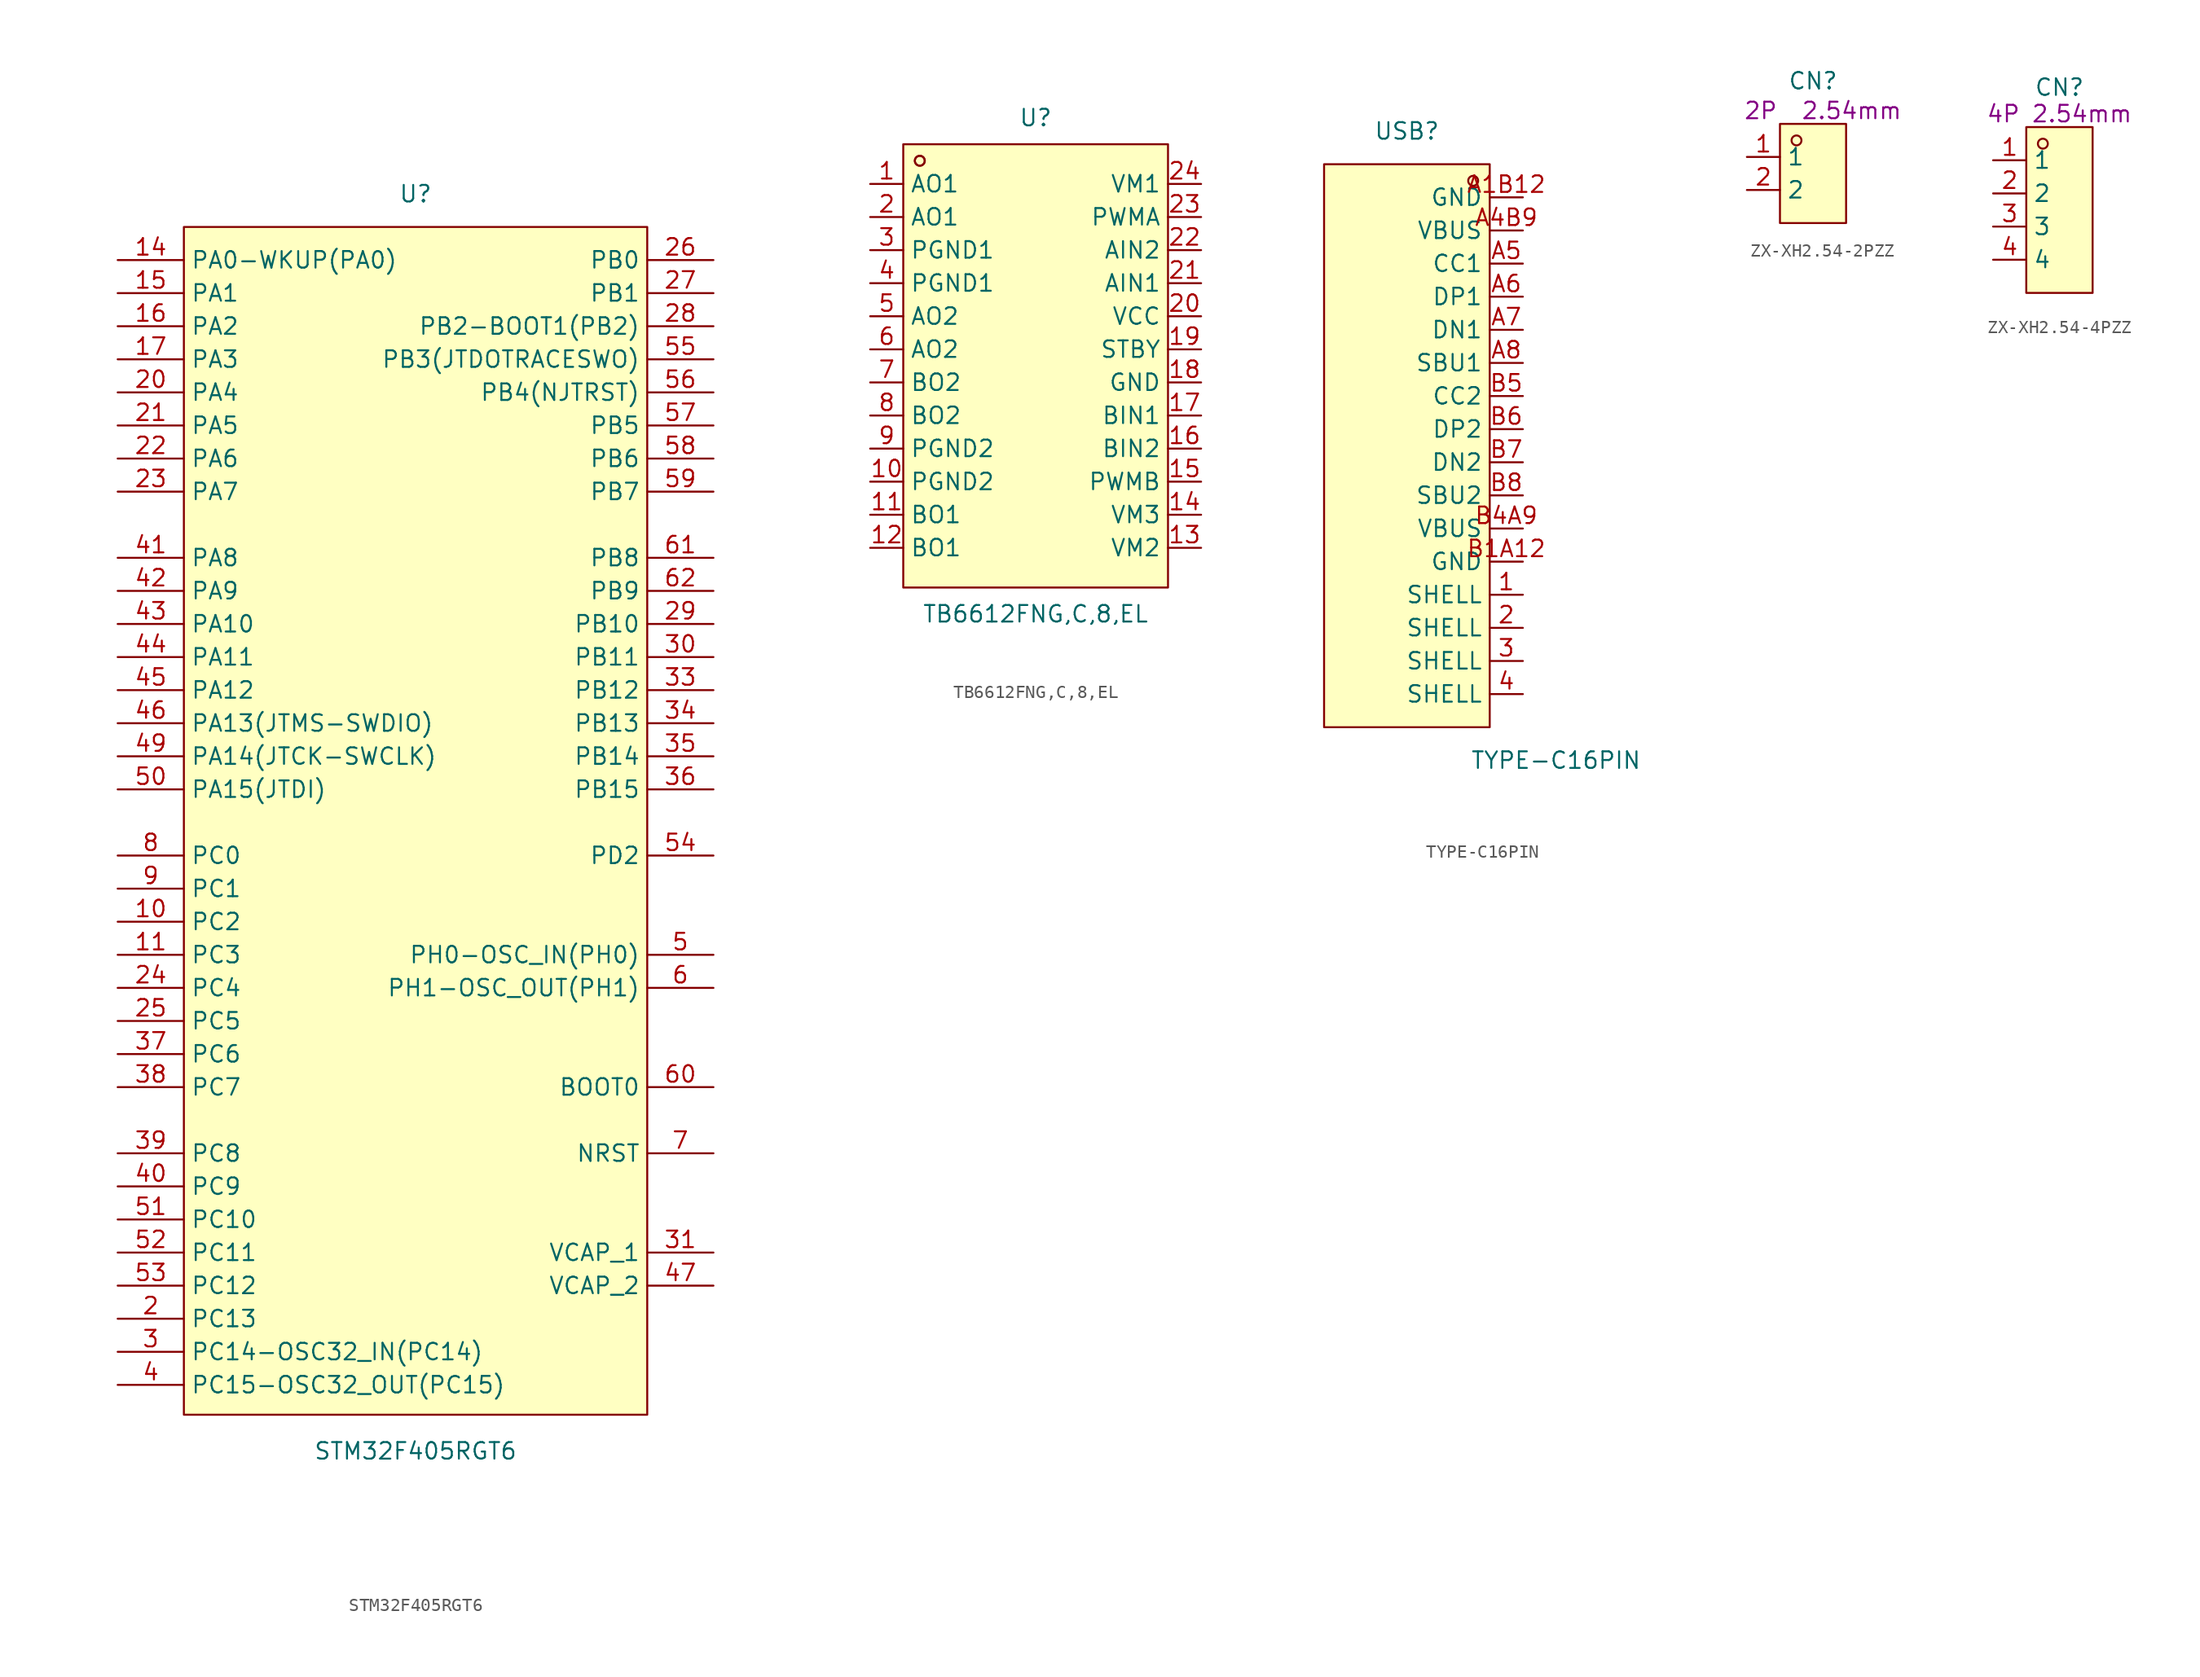
<source format=kicad_sym>
(kicad_symbol_lib
  (version 20241209)
  (generator "kicad_symbol_editor")
  (generator_version "9.0")
  (symbol "STM32F405RGT6"
    (property "Reference" "U"
      (at 0 48.26 0)
      (effects (font (size 1.27 1.27))))
    (property "Value" "STM32F405RGT6"
      (at 0 -48.26 0)
      (effects (font (size 1.27 1.27))))
    (symbol "STM32F405RGT6_0_1"
      (rectangle (start -17.78 45.72) (end 17.78 -45.47) (stroke (width 0) (type default)) (fill (type background)))
      (pin bidirectional line (at -22.86 43.18 0) (length 5.08) (name "PA0-WKUP(PA0)" (effects (font (size 1.27 1.27)))) (number "14" (effects (font (size 1.27 1.27)))))
      (pin bidirectional line (at -22.86 40.64 0) (length 5.08) (name "PA1" (effects (font (size 1.27 1.27)))) (number "15" (effects (font (size 1.27 1.27)))))
      (pin bidirectional line (at -22.86 38.1 0) (length 5.08) (name "PA2" (effects (font (size 1.27 1.27)))) (number "16" (effects (font (size 1.27 1.27)))))
      (pin bidirectional line (at -22.86 35.56 0) (length 5.08) (name "PA3" (effects (font (size 1.27 1.27)))) (number "17" (effects (font (size 1.27 1.27)))))
      (pin bidirectional line (at -22.86 33.02 0) (length 5.08) (name "PA4" (effects (font (size 1.27 1.27)))) (number "20" (effects (font (size 1.27 1.27)))))
      (pin bidirectional line (at -22.86 30.48 0) (length 5.08) (name "PA5" (effects (font (size 1.27 1.27)))) (number "21" (effects (font (size 1.27 1.27)))))
      (pin bidirectional line (at -22.86 27.94 0) (length 5.08) (name "PA6" (effects (font (size 1.27 1.27)))) (number "22" (effects (font (size 1.27 1.27)))))
      (pin bidirectional line (at -22.86 25.4 0) (length 5.08) (name "PA7" (effects (font (size 1.27 1.27)))) (number "23" (effects (font (size 1.27 1.27)))))
      (pin bidirectional line (at -22.86 20.32 0) (length 5.08) (name "PA8" (effects (font (size 1.27 1.27)))) (number "41" (effects (font (size 1.27 1.27)))))
      (pin bidirectional line (at -22.86 17.78 0) (length 5.08) (name "PA9" (effects (font (size 1.27 1.27)))) (number "42" (effects (font (size 1.27 1.27)))))
      (pin bidirectional line (at -22.86 15.24 0) (length 5.08) (name "PA10" (effects (font (size 1.27 1.27)))) (number "43" (effects (font (size 1.27 1.27)))))
      (pin bidirectional line (at -22.86 12.7 0) (length 5.08) (name "PA11" (effects (font (size 1.27 1.27)))) (number "44" (effects (font (size 1.27 1.27)))))
      (pin bidirectional line (at -22.86 10.16 0) (length 5.08) (name "PA12" (effects (font (size 1.27 1.27)))) (number "45" (effects (font (size 1.27 1.27)))))
      (pin bidirectional line (at -22.86 7.62 0) (length 5.08) (name "PA13(JTMS-SWDIO)" (effects (font (size 1.27 1.27)))) (number "46" (effects (font (size 1.27 1.27)))))
      (pin bidirectional line (at -22.86 5.08 0) (length 5.08) (name "PA14(JTCK-SWCLK)" (effects (font (size 1.27 1.27)))) (number "49" (effects (font (size 1.27 1.27)))))
      (pin bidirectional line (at -22.86 2.54 0) (length 5.08) (name "PA15(JTDI)" (effects (font (size 1.27 1.27)))) (number "50" (effects (font (size 1.27 1.27)))))
      (pin bidirectional line (at -22.86 -2.54 0) (length 5.08) (name "PC0" (effects (font (size 1.27 1.27)))) (number "8" (effects (font (size 1.27 1.27)))))
      (pin bidirectional line (at -22.86 -5.08 0) (length 5.08) (name "PC1" (effects (font (size 1.27 1.27)))) (number "9" (effects (font (size 1.27 1.27)))))
      (pin bidirectional line (at -22.86 -7.62 0) (length 5.08) (name "PC2" (effects (font (size 1.27 1.27)))) (number "10" (effects (font (size 1.27 1.27)))))
      (pin bidirectional line (at -22.86 -10.16 0) (length 5.08) (name "PC3" (effects (font (size 1.27 1.27)))) (number "11" (effects (font (size 1.27 1.27)))))
      (pin bidirectional line (at -22.86 -12.7 0) (length 5.08) (name "PC4" (effects (font (size 1.27 1.27)))) (number "24" (effects (font (size 1.27 1.27)))))
      (pin bidirectional line (at -22.86 -15.24 0) (length 5.08) (name "PC5" (effects (font (size 1.27 1.27)))) (number "25" (effects (font (size 1.27 1.27)))))
      (pin bidirectional line (at -22.86 -17.78 0) (length 5.08) (name "PC6" (effects (font (size 1.27 1.27)))) (number "37" (effects (font (size 1.27 1.27)))))
      (pin bidirectional line (at -22.86 -20.32 0) (length 5.08) (name "PC7" (effects (font (size 1.27 1.27)))) (number "38" (effects (font (size 1.27 1.27)))))
      (pin bidirectional line (at -22.86 -25.4 0) (length 5.08) (name "PC8" (effects (font (size 1.27 1.27)))) (number "39" (effects (font (size 1.27 1.27)))))
      (pin bidirectional line (at -22.86 -27.94 0) (length 5.08) (name "PC9" (effects (font (size 1.27 1.27)))) (number "40" (effects (font (size 1.27 1.27)))))
      (pin bidirectional line (at -22.86 -30.48 0) (length 5.08) (name "PC10" (effects (font (size 1.27 1.27)))) (number "51" (effects (font (size 1.27 1.27)))))
      (pin bidirectional line (at -22.86 -33.02 0) (length 5.08) (name "PC11" (effects (font (size 1.27 1.27)))) (number "52" (effects (font (size 1.27 1.27)))))
      (pin bidirectional line (at -22.86 -35.56 0) (length 5.08) (name "PC12" (effects (font (size 1.27 1.27)))) (number "53" (effects (font (size 1.27 1.27)))))
      (pin bidirectional line (at -22.86 -38.1 0) (length 5.08) (name "PC13" (effects (font (size 1.27 1.27)))) (number "2" (effects (font (size 1.27 1.27)))))
      (pin bidirectional line (at -22.86 -40.64 0) (length 5.08) (name "PC14-OSC32_IN(PC14)" (effects (font (size 1.27 1.27)))) (number "3" (effects (font (size 1.27 1.27)))))
      (pin bidirectional line (at -22.86 -43.18 0) (length 5.08) (name "PC15-OSC32_OUT(PC15)" (effects (font (size 1.27 1.27)))) (number "4" (effects (font (size 1.27 1.27)))))
      (pin bidirectional line (at 22.86 43.18 180) (length 5.08) (name "PB0" (effects (font (size 1.27 1.27)))) (number "26" (effects (font (size 1.27 1.27)))))
      (pin bidirectional line (at 22.86 40.64 180) (length 5.08) (name "PB1" (effects (font (size 1.27 1.27)))) (number "27" (effects (font (size 1.27 1.27)))))
      (pin bidirectional line (at 22.86 38.1 180) (length 5.08) (name "PB2-BOOT1(PB2)" (effects (font (size 1.27 1.27)))) (number "28" (effects (font (size 1.27 1.27)))))
      (pin bidirectional line (at 22.86 35.56 180) (length 5.08) (name "PB3(JTDOTRACESWO)" (effects (font (size 1.27 1.27)))) (number "55" (effects (font (size 1.27 1.27)))))
      (pin bidirectional line (at 22.86 33.02 180) (length 5.08) (name "PB4(NJTRST)" (effects (font (size 1.27 1.27)))) (number "56" (effects (font (size 1.27 1.27)))))
      (pin bidirectional line (at 22.86 30.48 180) (length 5.08) (name "PB5" (effects (font (size 1.27 1.27)))) (number "57" (effects (font (size 1.27 1.27)))))
      (pin bidirectional line (at 22.86 27.94 180) (length 5.08) (name "PB6" (effects (font (size 1.27 1.27)))) (number "58" (effects (font (size 1.27 1.27)))))
      (pin bidirectional line (at 22.86 25.4 180) (length 5.08) (name "PB7" (effects (font (size 1.27 1.27)))) (number "59" (effects (font (size 1.27 1.27)))))
      (pin bidirectional line (at 22.86 20.32 180) (length 5.08) (name "PB8" (effects (font (size 1.27 1.27)))) (number "61" (effects (font (size 1.27 1.27)))))
      (pin bidirectional line (at 22.86 17.78 180) (length 5.08) (name "PB9" (effects (font (size 1.27 1.27)))) (number "62" (effects (font (size 1.27 1.27)))))
      (pin bidirectional line (at 22.86 15.24 180) (length 5.08) (name "PB10" (effects (font (size 1.27 1.27)))) (number "29" (effects (font (size 1.27 1.27)))))
      (pin bidirectional line (at 22.86 12.7 180) (length 5.08) (name "PB11" (effects (font (size 1.27 1.27)))) (number "30" (effects (font (size 1.27 1.27)))))
      (pin bidirectional line (at 22.86 10.16 180) (length 5.08) (name "PB12" (effects (font (size 1.27 1.27)))) (number "33" (effects (font (size 1.27 1.27)))))
      (pin bidirectional line (at 22.86 7.62 180) (length 5.08) (name "PB13" (effects (font (size 1.27 1.27)))) (number "34" (effects (font (size 1.27 1.27)))))
      (pin bidirectional line (at 22.86 5.08 180) (length 5.08) (name "PB14" (effects (font (size 1.27 1.27)))) (number "35" (effects (font (size 1.27 1.27)))))
      (pin bidirectional line (at 22.86 2.54 180) (length 5.08) (name "PB15" (effects (font (size 1.27 1.27)))) (number "36" (effects (font (size 1.27 1.27)))))
      (pin bidirectional line (at 22.86 -2.54 180) (length 5.08) (name "PD2" (effects (font (size 1.27 1.27)))) (number "54" (effects (font (size 1.27 1.27)))))
      (pin bidirectional line (at 22.86 -10.16 180) (length 5.08) (name "PH0-OSC_IN(PH0)" (effects (font (size 1.27 1.27)))) (number "5" (effects (font (size 1.27 1.27)))))
      (pin bidirectional line (at 22.86 -12.7 180) (length 5.08) (name "PH1-OSC_OUT(PH1)" (effects (font (size 1.27 1.27)))) (number "6" (effects (font (size 1.27 1.27)))))
      (pin unspecified line (at 22.86 -20.32 180) (length 5.08) (name "BOOT0" (effects (font (size 1.27 1.27)))) (number "60" (effects (font (size 1.27 1.27)))))
      (pin bidirectional line (at 22.86 -25.4 180) (length 5.08) (name "NRST" (effects (font (size 1.27 1.27)))) (number "7" (effects (font (size 1.27 1.27)))))
      (pin power_in line (at 22.86 -33.02 180) (length 5.08) (name "VCAP_1" (effects (font (size 1.27 1.27)))) (number "31" (effects (font (size 1.27 1.27)))))
      (pin power_in line (at 22.86 -35.56 180) (length 5.08) (name "VCAP_2" (effects (font (size 1.27 1.27)))) (number "47" (effects (font (size 1.27 1.27)))))))
  (symbol "TB6612FNG,C,8,EL"
    (property "Reference" "U"
      (at 0 19.05 0)
      (effects (font (size 1.27 1.27))))
    (property "Value" "TB6612FNG,C,8,EL"
      (at 0 -19.05 0)
      (effects (font (size 1.27 1.27))))
    (symbol "TB6612FNG,C,8,EL_0_1"
      (rectangle (start -10.16 17.02) (end 10.16 -17.02) (stroke (width 0) (type default)) (fill (type background)))
      (circle (center -8.89 15.75) (radius 0.38) (stroke (width 0) (type default)) (fill (type none)))
      (circle (center -8.89 15.75) (radius 0.38) (stroke (width 0) (type default)) (fill (type none)))
      (pin unspecified line (at -12.7 13.97 0) (length 2.54) (name "AO1" (effects (font (size 1.27 1.27)))) (number "1" (effects (font (size 1.27 1.27)))))
      (pin unspecified line (at -12.7 11.43 0) (length 2.54) (name "AO1" (effects (font (size 1.27 1.27)))) (number "2" (effects (font (size 1.27 1.27)))))
      (pin unspecified line (at -12.7 8.89 0) (length 2.54) (name "PGND1" (effects (font (size 1.27 1.27)))) (number "3" (effects (font (size 1.27 1.27)))))
      (pin unspecified line (at -12.7 6.35 0) (length 2.54) (name "PGND1" (effects (font (size 1.27 1.27)))) (number "4" (effects (font (size 1.27 1.27)))))
      (pin unspecified line (at -12.7 3.81 0) (length 2.54) (name "AO2" (effects (font (size 1.27 1.27)))) (number "5" (effects (font (size 1.27 1.27)))))
      (pin unspecified line (at -12.7 1.27 0) (length 2.54) (name "AO2" (effects (font (size 1.27 1.27)))) (number "6" (effects (font (size 1.27 1.27)))))
      (pin unspecified line (at -12.7 -1.27 0) (length 2.54) (name "BO2" (effects (font (size 1.27 1.27)))) (number "7" (effects (font (size 1.27 1.27)))))
      (pin unspecified line (at -12.7 -3.81 0) (length 2.54) (name "BO2" (effects (font (size 1.27 1.27)))) (number "8" (effects (font (size 1.27 1.27)))))
      (pin unspecified line (at -12.7 -6.35 0) (length 2.54) (name "PGND2" (effects (font (size 1.27 1.27)))) (number "9" (effects (font (size 1.27 1.27)))))
      (pin unspecified line (at -12.7 -8.89 0) (length 2.54) (name "PGND2" (effects (font (size 1.27 1.27)))) (number "10" (effects (font (size 1.27 1.27)))))
      (pin unspecified line (at -12.7 -11.43 0) (length 2.54) (name "BO1" (effects (font (size 1.27 1.27)))) (number "11" (effects (font (size 1.27 1.27)))))
      (pin unspecified line (at -12.7 -13.97 0) (length 2.54) (name "BO1" (effects (font (size 1.27 1.27)))) (number "12" (effects (font (size 1.27 1.27)))))
      (pin unspecified line (at 12.7 13.97 180) (length 2.54) (name "VM1" (effects (font (size 1.27 1.27)))) (number "24" (effects (font (size 1.27 1.27)))))
      (pin unspecified line (at 12.7 11.43 180) (length 2.54) (name "PWMA" (effects (font (size 1.27 1.27)))) (number "23" (effects (font (size 1.27 1.27)))))
      (pin unspecified line (at 12.7 8.89 180) (length 2.54) (name "AIN2" (effects (font (size 1.27 1.27)))) (number "22" (effects (font (size 1.27 1.27)))))
      (pin unspecified line (at 12.7 6.35 180) (length 2.54) (name "AIN1" (effects (font (size 1.27 1.27)))) (number "21" (effects (font (size 1.27 1.27)))))
      (pin unspecified line (at 12.7 3.81 180) (length 2.54) (name "VCC" (effects (font (size 1.27 1.27)))) (number "20" (effects (font (size 1.27 1.27)))))
      (pin unspecified line (at 12.7 1.27 180) (length 2.54) (name "STBY" (effects (font (size 1.27 1.27)))) (number "19" (effects (font (size 1.27 1.27)))))
      (pin unspecified line (at 12.7 -1.27 180) (length 2.54) (name "GND" (effects (font (size 1.27 1.27)))) (number "18" (effects (font (size 1.27 1.27)))))
      (pin unspecified line (at 12.7 -3.81 180) (length 2.54) (name "BIN1" (effects (font (size 1.27 1.27)))) (number "17" (effects (font (size 1.27 1.27)))))
      (pin unspecified line (at 12.7 -6.35 180) (length 2.54) (name "BIN2" (effects (font (size 1.27 1.27)))) (number "16" (effects (font (size 1.27 1.27)))))
      (pin unspecified line (at 12.7 -8.89 180) (length 2.54) (name "PWMB" (effects (font (size 1.27 1.27)))) (number "15" (effects (font (size 1.27 1.27)))))
      (pin unspecified line (at 12.7 -11.43 180) (length 2.54) (name "VM3" (effects (font (size 1.27 1.27)))) (number "14" (effects (font (size 1.27 1.27)))))
      (pin unspecified line (at 12.7 -13.97 180) (length 2.54) (name "VM2" (effects (font (size 1.27 1.27)))) (number "13" (effects (font (size 1.27 1.27)))))))
  (symbol "TYPE-C16PIN"
    (property "Reference" "USB"
      (at -11.43 24.13 0)
      (effects (font (size 1.27 1.27))))
    (property "Value" "TYPE-C16PIN"
      (at 0 -24.13 0)
      (effects (font (size 1.27 1.27))))
    (symbol "TYPE-C16PIN_0_1"
      (circle (center -6.35 20.32) (radius 0.38) (stroke (width 0) (type default)) (fill (type none)))
      (rectangle (start -5.08 21.59) (end -17.78 -21.59) (stroke (width 0) (type default)) (fill (type background)))
      (pin unspecified line (at -2.54 19.05 180) (length 2.54) (name "GND" (effects (font (size 1.27 1.27)))) (number "A1B12" (effects (font (size 1.27 1.27)))))
      (pin unspecified line (at -2.54 16.51 180) (length 2.54) (name "VBUS" (effects (font (size 1.27 1.27)))) (number "A4B9" (effects (font (size 1.27 1.27)))))
      (pin unspecified line (at -2.54 13.97 180) (length 2.54) (name "CC1" (effects (font (size 1.27 1.27)))) (number "A5" (effects (font (size 1.27 1.27)))))
      (pin unspecified line (at -2.54 11.43 180) (length 2.54) (name "DP1" (effects (font (size 1.27 1.27)))) (number "A6" (effects (font (size 1.27 1.27)))))
      (pin unspecified line (at -2.54 8.89 180) (length 2.54) (name "DN1" (effects (font (size 1.27 1.27)))) (number "A7" (effects (font (size 1.27 1.27)))))
      (pin unspecified line (at -2.54 6.35 180) (length 2.54) (name "SBU1" (effects (font (size 1.27 1.27)))) (number "A8" (effects (font (size 1.27 1.27)))))
      (pin unspecified line (at -2.54 3.81 180) (length 2.54) (name "CC2" (effects (font (size 1.27 1.27)))) (number "B5" (effects (font (size 1.27 1.27)))))
      (pin unspecified line (at -2.54 1.27 180) (length 2.54) (name "DP2" (effects (font (size 1.27 1.27)))) (number "B6" (effects (font (size 1.27 1.27)))))
      (pin unspecified line (at -2.54 -1.27 180) (length 2.54) (name "DN2" (effects (font (size 1.27 1.27)))) (number "B7" (effects (font (size 1.27 1.27)))))
      (pin unspecified line (at -2.54 -3.81 180) (length 2.54) (name "SBU2" (effects (font (size 1.27 1.27)))) (number "B8" (effects (font (size 1.27 1.27)))))
      (pin unspecified line (at -2.54 -6.35 180) (length 2.54) (name "VBUS" (effects (font (size 1.27 1.27)))) (number "B4A9" (effects (font (size 1.27 1.27)))))
      (pin unspecified line (at -2.54 -8.89 180) (length 2.54) (name "GND" (effects (font (size 1.27 1.27)))) (number "B1A12" (effects (font (size 1.27 1.27)))))
      (pin unspecified line (at -2.54 -11.43 180) (length 2.54) (name "SHELL" (effects (font (size 1.27 1.27)))) (number "1" (effects (font (size 1.27 1.27)))))
      (pin unspecified line (at -2.54 -13.97 180) (length 2.54) (name "SHELL" (effects (font (size 1.27 1.27)))) (number "2" (effects (font (size 1.27 1.27)))))
      (pin unspecified line (at -2.54 -16.51 180) (length 2.54) (name "SHELL" (effects (font (size 1.27 1.27)))) (number "3" (effects (font (size 1.27 1.27)))))
      (pin unspecified line (at -2.54 -19.05 180) (length 2.54) (name "SHELL" (effects (font (size 1.27 1.27)))) (number "4" (effects (font (size 1.27 1.27)))))))
  (symbol "ZX-XH2.54-2PZZ"
    (property "Reference" "CN"
      (at 0 7.112 0)
      (effects (font (size 1.27 1.27))))
    (property "Description" "2P  2.54mm"
      (at 0.762 4.826 0)
      (effects (font (size 1.27 1.27))))
    (symbol "ZX-XH2.54-2PZZ_0_1"
      (rectangle (start -2.54 3.81) (end 2.54 -3.81) (stroke (width 0) (type default)) (fill (type background)))
      (circle (center -1.27 2.54) (radius 0.38) (stroke (width 0) (type default)) (fill (type none)))
      (pin unspecified line (at -5.08 1.27 0) (length 2.54) (name "1" (effects (font (size 1.27 1.27)))) (number "1" (effects (font (size 1.27 1.27)))))
      (pin unspecified line (at -5.08 -1.27 0) (length 2.54) (name "2" (effects (font (size 1.27 1.27)))) (number "2" (effects (font (size 1.27 1.27)))))))
  (symbol "ZX-XH2.54-4PZZ"
    (property "Reference" "CN"
      (at 0 9.398 0)
      (effects (font (size 1.27 1.27))))
    (property "Description" "4P 2.54mm"
      (at 0 7.366 0)
      (effects (font (size 1.27 1.27))))
    (symbol "ZX-XH2.54-4PZZ_0_1"
      (rectangle (start -2.54 6.35) (end 2.54 -6.35) (stroke (width 0) (type default)) (fill (type background)))
      (circle (center -1.27 5.08) (radius 0.38) (stroke (width 0) (type default)) (fill (type none)))
      (pin unspecified line (at -5.08 3.81 0) (length 2.54) (name "1" (effects (font (size 1.27 1.27)))) (number "1" (effects (font (size 1.27 1.27)))))
      (pin unspecified line (at -5.08 1.27 0) (length 2.54) (name "2" (effects (font (size 1.27 1.27)))) (number "2" (effects (font (size 1.27 1.27)))))
      (pin unspecified line (at -5.08 -1.27 0) (length 2.54) (name "3" (effects (font (size 1.27 1.27)))) (number "3" (effects (font (size 1.27 1.27)))))
      (pin unspecified line (at -5.08 -3.81 0) (length 2.54) (name "4" (effects (font (size 1.27 1.27)))) (number "4" (effects (font (size 1.27 1.27))))))))
</source>
